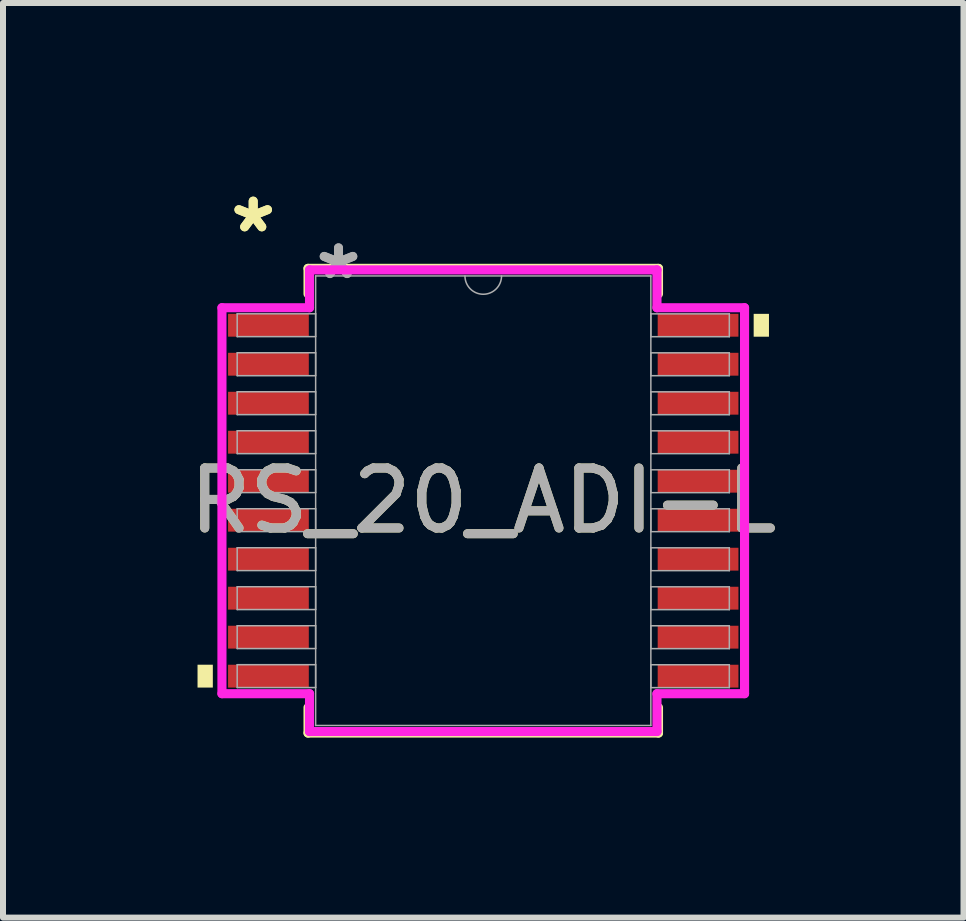
<source format=kicad_pcb>
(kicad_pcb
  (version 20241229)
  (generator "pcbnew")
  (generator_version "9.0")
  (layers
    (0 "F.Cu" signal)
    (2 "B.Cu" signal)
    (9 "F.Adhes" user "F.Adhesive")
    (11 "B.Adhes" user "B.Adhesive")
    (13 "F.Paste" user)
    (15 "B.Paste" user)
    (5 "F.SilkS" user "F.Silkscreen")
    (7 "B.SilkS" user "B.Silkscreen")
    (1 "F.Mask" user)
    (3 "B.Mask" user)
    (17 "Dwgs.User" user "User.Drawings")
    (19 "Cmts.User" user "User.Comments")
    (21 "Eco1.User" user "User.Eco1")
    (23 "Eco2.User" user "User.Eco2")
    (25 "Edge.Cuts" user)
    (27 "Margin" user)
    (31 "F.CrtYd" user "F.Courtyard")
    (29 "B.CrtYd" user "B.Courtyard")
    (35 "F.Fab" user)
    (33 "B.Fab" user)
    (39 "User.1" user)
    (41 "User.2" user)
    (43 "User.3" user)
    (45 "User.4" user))
  (footprint "RS_20_ADI-L"
    (layer "F.Cu")
    (at 5.006 5.297)
    (property "Reference" "RS_20_ADI-L" (at 0 0 0) (unlocked yes) (layer "F.SilkS") (effects (font (size 1 1) (thickness 0.15))))
    (attr smd)
    (fp_line (start -2.921 -3.873) (end -2.921 -3.448) (stroke (width 0.152) (type solid)) (layer "F.SilkS"))
    (fp_line (start -2.921 3.448) (end -2.921 3.873) (stroke (width 0.152) (type solid)) (layer "F.SilkS"))
    (fp_line (start -2.921 3.873) (end 2.921 3.873) (stroke (width 0.152) (type solid)) (layer "F.SilkS"))
    (fp_line (start 2.921 -3.873) (end -2.921 -3.873) (stroke (width 0.152) (type solid)) (layer "F.SilkS"))
    (fp_line (start 2.921 -3.448) (end 2.921 -3.873) (stroke (width 0.152) (type solid)) (layer "F.SilkS"))
    (fp_line (start 2.921 3.873) (end 2.921 3.448) (stroke (width 0.152) (type solid)) (layer "F.SilkS"))
    (fp_poly (pts (xy -4.763 2.734) (xy -4.763 3.115) (xy -4.508 3.115) (xy -4.508 2.734)) (stroke (width 0) (type solid)) (fill yes) (layer "F.SilkS"))
    (fp_poly (pts (xy 4.763 -3.115) (xy 4.763 -2.734) (xy 4.508 -2.734) (xy 4.508 -3.115)) (stroke (width 0) (type solid)) (fill yes) (layer "F.SilkS"))
    (fp_line (start -4.356 -3.217) (end -2.896 -3.217) (stroke (width 0.152) (type solid)) (layer "F.CrtYd"))
    (fp_line (start -4.356 3.217) (end -4.356 -3.217) (stroke (width 0.152) (type solid)) (layer "F.CrtYd"))
    (fp_line (start -4.356 3.217) (end -2.896 3.217) (stroke (width 0.152) (type solid)) (layer "F.CrtYd"))
    (fp_line (start -2.896 -3.848) (end 2.896 -3.848) (stroke (width 0.152) (type solid)) (layer "F.CrtYd"))
    (fp_line (start -2.896 -3.217) (end -2.896 -3.848) (stroke (width 0.152) (type solid)) (layer "F.CrtYd"))
    (fp_line (start -2.896 3.848) (end -2.896 3.217) (stroke (width 0.152) (type solid)) (layer "F.CrtYd"))
    (fp_line (start 2.896 -3.848) (end 2.896 -3.217) (stroke (width 0.152) (type solid)) (layer "F.CrtYd"))
    (fp_line (start 2.896 3.217) (end 2.896 3.848) (stroke (width 0.152) (type solid)) (layer "F.CrtYd"))
    (fp_line (start 2.896 3.848) (end -2.896 3.848) (stroke (width 0.152) (type solid)) (layer "F.CrtYd"))
    (fp_line (start 4.356 -3.217) (end 2.896 -3.217) (stroke (width 0.152) (type solid)) (layer "F.CrtYd"))
    (fp_line (start 4.356 -3.217) (end 4.356 3.217) (stroke (width 0.152) (type solid)) (layer "F.CrtYd"))
    (fp_line (start 4.356 3.217) (end 2.896 3.217) (stroke (width 0.152) (type solid)) (layer "F.CrtYd"))
    (fp_line (start -4.102 -3.116) (end -4.102 -2.735) (stroke (width 0.025) (type solid)) (layer "F.Fab"))
    (fp_line (start -4.102 -2.735) (end -2.794 -2.735) (stroke (width 0.025) (type solid)) (layer "F.Fab"))
    (fp_line (start -4.102 -2.466) (end -4.102 -2.084) (stroke (width 0.025) (type solid)) (layer "F.Fab"))
    (fp_line (start -4.102 -2.084) (end -2.794 -2.084) (stroke (width 0.025) (type solid)) (layer "F.Fab"))
    (fp_line (start -4.102 -1.816) (end -4.102 -1.435) (stroke (width 0.025) (type solid)) (layer "F.Fab"))
    (fp_line (start -4.102 -1.435) (end -2.794 -1.435) (stroke (width 0.025) (type solid)) (layer "F.Fab"))
    (fp_line (start -4.102 -1.166) (end -4.102 -0.785) (stroke (width 0.025) (type solid)) (layer "F.Fab"))
    (fp_line (start -4.102 -0.785) (end -2.794 -0.785) (stroke (width 0.025) (type solid)) (layer "F.Fab"))
    (fp_line (start -4.102 -0.516) (end -4.102 -0.135) (stroke (width 0.025) (type solid)) (layer "F.Fab"))
    (fp_line (start -4.102 -0.135) (end -2.794 -0.135) (stroke (width 0.025) (type solid)) (layer "F.Fab"))
    (fp_line (start -4.102 0.134) (end -4.102 0.515) (stroke (width 0.025) (type solid)) (layer "F.Fab"))
    (fp_line (start -4.102 0.515) (end -2.794 0.515) (stroke (width 0.025) (type solid)) (layer "F.Fab"))
    (fp_line (start -4.102 0.784) (end -4.102 1.165) (stroke (width 0.025) (type solid)) (layer "F.Fab"))
    (fp_line (start -4.102 1.165) (end -2.794 1.165) (stroke (width 0.025) (type solid)) (layer "F.Fab"))
    (fp_line (start -4.102 1.434) (end -4.102 1.815) (stroke (width 0.025) (type solid)) (layer "F.Fab"))
    (fp_line (start -4.102 1.815) (end -2.794 1.815) (stroke (width 0.025) (type solid)) (layer "F.Fab"))
    (fp_line (start -4.102 2.084) (end -4.102 2.465) (stroke (width 0.025) (type solid)) (layer "F.Fab"))
    (fp_line (start -4.102 2.465) (end -2.794 2.465) (stroke (width 0.025) (type solid)) (layer "F.Fab"))
    (fp_line (start -4.102 2.734) (end -4.102 3.115) (stroke (width 0.025) (type solid)) (layer "F.Fab"))
    (fp_line (start -4.102 3.115) (end -2.794 3.115) (stroke (width 0.025) (type solid)) (layer "F.Fab"))
    (fp_line (start -2.794 -3.747) (end -2.794 3.747) (stroke (width 0.025) (type solid)) (layer "F.Fab"))
    (fp_line (start -2.794 -3.116) (end -4.102 -3.116) (stroke (width 0.025) (type solid)) (layer "F.Fab"))
    (fp_line (start -2.794 -2.735) (end -2.794 -3.116) (stroke (width 0.025) (type solid)) (layer "F.Fab"))
    (fp_line (start -2.794 -2.466) (end -4.102 -2.466) (stroke (width 0.025) (type solid)) (layer "F.Fab"))
    (fp_line (start -2.794 -2.084) (end -2.794 -2.466) (stroke (width 0.025) (type solid)) (layer "F.Fab"))
    (fp_line (start -2.794 -1.816) (end -4.102 -1.816) (stroke (width 0.025) (type solid)) (layer "F.Fab"))
    (fp_line (start -2.794 -1.435) (end -2.794 -1.816) (stroke (width 0.025) (type solid)) (layer "F.Fab"))
    (fp_line (start -2.794 -1.166) (end -4.102 -1.166) (stroke (width 0.025) (type solid)) (layer "F.Fab"))
    (fp_line (start -2.794 -0.785) (end -2.794 -1.166) (stroke (width 0.025) (type solid)) (layer "F.Fab"))
    (fp_line (start -2.794 -0.516) (end -4.102 -0.516) (stroke (width 0.025) (type solid)) (layer "F.Fab"))
    (fp_line (start -2.794 -0.135) (end -2.794 -0.516) (stroke (width 0.025) (type solid)) (layer "F.Fab"))
    (fp_line (start -2.794 0.134) (end -4.102 0.134) (stroke (width 0.025) (type solid)) (layer "F.Fab"))
    (fp_line (start -2.794 0.515) (end -2.794 0.134) (stroke (width 0.025) (type solid)) (layer "F.Fab"))
    (fp_line (start -2.794 0.784) (end -4.102 0.784) (stroke (width 0.025) (type solid)) (layer "F.Fab"))
    (fp_line (start -2.794 1.165) (end -2.794 0.784) (stroke (width 0.025) (type solid)) (layer "F.Fab"))
    (fp_line (start -2.794 1.434) (end -4.102 1.434) (stroke (width 0.025) (type solid)) (layer "F.Fab"))
    (fp_line (start -2.794 1.815) (end -2.794 1.434) (stroke (width 0.025) (type solid)) (layer "F.Fab"))
    (fp_line (start -2.794 2.084) (end -4.102 2.084) (stroke (width 0.025) (type solid)) (layer "F.Fab"))
    (fp_line (start -2.794 2.465) (end -2.794 2.084) (stroke (width 0.025) (type solid)) (layer "F.Fab"))
    (fp_line (start -2.794 2.734) (end -4.102 2.734) (stroke (width 0.025) (type solid)) (layer "F.Fab"))
    (fp_line (start -2.794 3.115) (end -2.794 2.734) (stroke (width 0.025) (type solid)) (layer "F.Fab"))
    (fp_line (start -2.794 3.747) (end 2.794 3.747) (stroke (width 0.025) (type solid)) (layer "F.Fab"))
    (fp_line (start 2.794 -3.747) (end -2.794 -3.747) (stroke (width 0.025) (type solid)) (layer "F.Fab"))
    (fp_line (start 2.794 -3.115) (end 2.794 -2.734) (stroke (width 0.025) (type solid)) (layer "F.Fab"))
    (fp_line (start 2.794 -2.734) (end 4.102 -2.734) (stroke (width 0.025) (type solid)) (layer "F.Fab"))
    (fp_line (start 2.794 -2.465) (end 2.794 -2.084) (stroke (width 0.025) (type solid)) (layer "F.Fab"))
    (fp_line (start 2.794 -2.084) (end 4.102 -2.084) (stroke (width 0.025) (type solid)) (layer "F.Fab"))
    (fp_line (start 2.794 -1.815) (end 2.794 -1.434) (stroke (width 0.025) (type solid)) (layer "F.Fab"))
    (fp_line (start 2.794 -1.434) (end 4.102 -1.434) (stroke (width 0.025) (type solid)) (layer "F.Fab"))
    (fp_line (start 2.794 -1.165) (end 2.794 -0.784) (stroke (width 0.025) (type solid)) (layer "F.Fab"))
    (fp_line (start 2.794 -0.784) (end 4.102 -0.784) (stroke (width 0.025) (type solid)) (layer "F.Fab"))
    (fp_line (start 2.794 -0.515) (end 2.794 -0.134) (stroke (width 0.025) (type solid)) (layer "F.Fab"))
    (fp_line (start 2.794 -0.134) (end 4.102 -0.134) (stroke (width 0.025) (type solid)) (layer "F.Fab"))
    (fp_line (start 2.794 0.135) (end 2.794 0.516) (stroke (width 0.025) (type solid)) (layer "F.Fab"))
    (fp_line (start 2.794 0.516) (end 4.102 0.516) (stroke (width 0.025) (type solid)) (layer "F.Fab"))
    (fp_line (start 2.794 0.785) (end 2.794 1.166) (stroke (width 0.025) (type solid)) (layer "F.Fab"))
    (fp_line (start 2.794 1.166) (end 4.102 1.166) (stroke (width 0.025) (type solid)) (layer "F.Fab"))
    (fp_line (start 2.794 1.435) (end 2.794 1.816) (stroke (width 0.025) (type solid)) (layer "F.Fab"))
    (fp_line (start 2.794 1.816) (end 4.102 1.816) (stroke (width 0.025) (type solid)) (layer "F.Fab"))
    (fp_line (start 2.794 2.085) (end 2.794 2.466) (stroke (width 0.025) (type solid)) (layer "F.Fab"))
    (fp_line (start 2.794 2.466) (end 4.102 2.466) (stroke (width 0.025) (type solid)) (layer "F.Fab"))
    (fp_line (start 2.794 2.735) (end 2.794 3.116) (stroke (width 0.025) (type solid)) (layer "F.Fab"))
    (fp_line (start 2.794 3.116) (end 4.102 3.116) (stroke (width 0.025) (type solid)) (layer "F.Fab"))
    (fp_line (start 2.794 3.747) (end 2.794 -3.747) (stroke (width 0.025) (type solid)) (layer "F.Fab"))
    (fp_line (start 4.102 -3.115) (end 2.794 -3.115) (stroke (width 0.025) (type solid)) (layer "F.Fab"))
    (fp_line (start 4.102 -2.734) (end 4.102 -3.115) (stroke (width 0.025) (type solid)) (layer "F.Fab"))
    (fp_line (start 4.102 -2.465) (end 2.794 -2.465) (stroke (width 0.025) (type solid)) (layer "F.Fab"))
    (fp_line (start 4.102 -2.084) (end 4.102 -2.465) (stroke (width 0.025) (type solid)) (layer "F.Fab"))
    (fp_line (start 4.102 -1.815) (end 2.794 -1.815) (stroke (width 0.025) (type solid)) (layer "F.Fab"))
    (fp_line (start 4.102 -1.434) (end 4.102 -1.815) (stroke (width 0.025) (type solid)) (layer "F.Fab"))
    (fp_line (start 4.102 -1.165) (end 2.794 -1.165) (stroke (width 0.025) (type solid)) (layer "F.Fab"))
    (fp_line (start 4.102 -0.784) (end 4.102 -1.165) (stroke (width 0.025) (type solid)) (layer "F.Fab"))
    (fp_line (start 4.102 -0.515) (end 2.794 -0.515) (stroke (width 0.025) (type solid)) (layer "F.Fab"))
    (fp_line (start 4.102 -0.134) (end 4.102 -0.515) (stroke (width 0.025) (type solid)) (layer "F.Fab"))
    (fp_line (start 4.102 0.135) (end 2.794 0.135) (stroke (width 0.025) (type solid)) (layer "F.Fab"))
    (fp_line (start 4.102 0.516) (end 4.102 0.135) (stroke (width 0.025) (type solid)) (layer "F.Fab"))
    (fp_line (start 4.102 0.785) (end 2.794 0.785) (stroke (width 0.025) (type solid)) (layer "F.Fab"))
    (fp_line (start 4.102 1.166) (end 4.102 0.785) (stroke (width 0.025) (type solid)) (layer "F.Fab"))
    (fp_line (start 4.102 1.435) (end 2.794 1.435) (stroke (width 0.025) (type solid)) (layer "F.Fab"))
    (fp_line (start 4.102 1.816) (end 4.102 1.435) (stroke (width 0.025) (type solid)) (layer "F.Fab"))
    (fp_line (start 4.102 2.085) (end 2.794 2.085) (stroke (width 0.025) (type solid)) (layer "F.Fab"))
    (fp_line (start 4.102 2.466) (end 4.102 2.085) (stroke (width 0.025) (type solid)) (layer "F.Fab"))
    (fp_line (start 4.102 2.735) (end 2.794 2.735) (stroke (width 0.025) (type solid)) (layer "F.Fab"))
    (fp_line (start 4.102 3.116) (end 4.102 2.735) (stroke (width 0.025) (type solid)) (layer "F.Fab"))
    (fp_arc (start 0.3048 -3.7465) (mid 0 -3.4417) (end -0.3048 -3.7465) (stroke (width 0.0254) (type solid)) (layer "F.Fab"))
    (fp_text user "*" (at -3.835 -4.449 0) (unlocked yes) (layer "F.SilkS") (effects (font (size 1 1) (thickness 0.15))))
    (fp_text user "*" (at -3.835 -4.449 0) (layer "F.SilkS") (effects (font (size 1 1) (thickness 0.15))))
    (fp_text user "*" (at -2.413 -3.67 0) (layer "F.Fab") (effects (font (size 1 1) (thickness 0.15))))
    (fp_text user "${REFERENCE}" (at 0 0 0) (unlocked yes) (layer "F.Fab") (effects (font (size 1 1) (thickness 0.15))))
    (fp_text user "*" (at -2.413 -3.67 0) (unlocked yes) (layer "F.Fab") (effects (font (size 1 1) (thickness 0.15))))
    (pad "1" smd rect (at -3.581 -2.925) (size 1.346 0.381) (layers "F.Cu" "F.Mask" "F.Paste"))
    (pad "2" smd rect (at -3.581 -2.275) (size 1.346 0.381) (layers "F.Cu" "F.Mask" "F.Paste"))
    (pad "3" smd rect (at -3.581 -1.625) (size 1.346 0.381) (layers "F.Cu" "F.Mask" "F.Paste"))
    (pad "4" smd rect (at -3.581 -0.975) (size 1.346 0.381) (layers "F.Cu" "F.Mask" "F.Paste"))
    (pad "5" smd rect (at -3.581 -0.325) (size 1.346 0.381) (layers "F.Cu" "F.Mask" "F.Paste"))
    (pad "6" smd rect (at -3.581 0.325) (size 1.346 0.381) (layers "F.Cu" "F.Mask" "F.Paste"))
    (pad "7" smd rect (at -3.581 0.975) (size 1.346 0.381) (layers "F.Cu" "F.Mask" "F.Paste"))
    (pad "8" smd rect (at -3.581 1.625) (size 1.346 0.381) (layers "F.Cu" "F.Mask" "F.Paste"))
    (pad "9" smd rect (at -3.581 2.275) (size 1.346 0.381) (layers "F.Cu" "F.Mask" "F.Paste"))
    (pad "10" smd rect (at -3.581 2.925) (size 1.346 0.381) (layers "F.Cu" "F.Mask" "F.Paste"))
    (pad "11" smd rect (at 3.581 2.925) (size 1.346 0.381) (layers "F.Cu" "F.Mask" "F.Paste"))
    (pad "12" smd rect (at 3.581 2.275) (size 1.346 0.381) (layers "F.Cu" "F.Mask" "F.Paste"))
    (pad "13" smd rect (at 3.581 1.625) (size 1.346 0.381) (layers "F.Cu" "F.Mask" "F.Paste"))
    (pad "14" smd rect (at 3.581 0.975) (size 1.346 0.381) (layers "F.Cu" "F.Mask" "F.Paste"))
    (pad "15" smd rect (at 3.581 0.325) (size 1.346 0.381) (layers "F.Cu" "F.Mask" "F.Paste"))
    (pad "16" smd rect (at 3.581 -0.325) (size 1.346 0.381) (layers "F.Cu" "F.Mask" "F.Paste"))
    (pad "17" smd rect (at 3.581 -0.975) (size 1.346 0.381) (layers "F.Cu" "F.Mask" "F.Paste"))
    (pad "18" smd rect (at 3.581 -1.625) (size 1.346 0.381) (layers "F.Cu" "F.Mask" "F.Paste"))
    (pad "19" smd rect (at 3.581 -2.275) (size 1.346 0.381) (layers "F.Cu" "F.Mask" "F.Paste"))
    (pad "20" smd rect (at 3.581 -2.925) (size 1.346 0.381) (layers "F.Cu" "F.Mask" "F.Paste")))
  (gr_rect
    (start -3 -3)
    (end 13.012 12.247)
    (stroke (width 0.1) (type default))
    (fill no)
    (layer "Edge.Cuts")))
</source>
